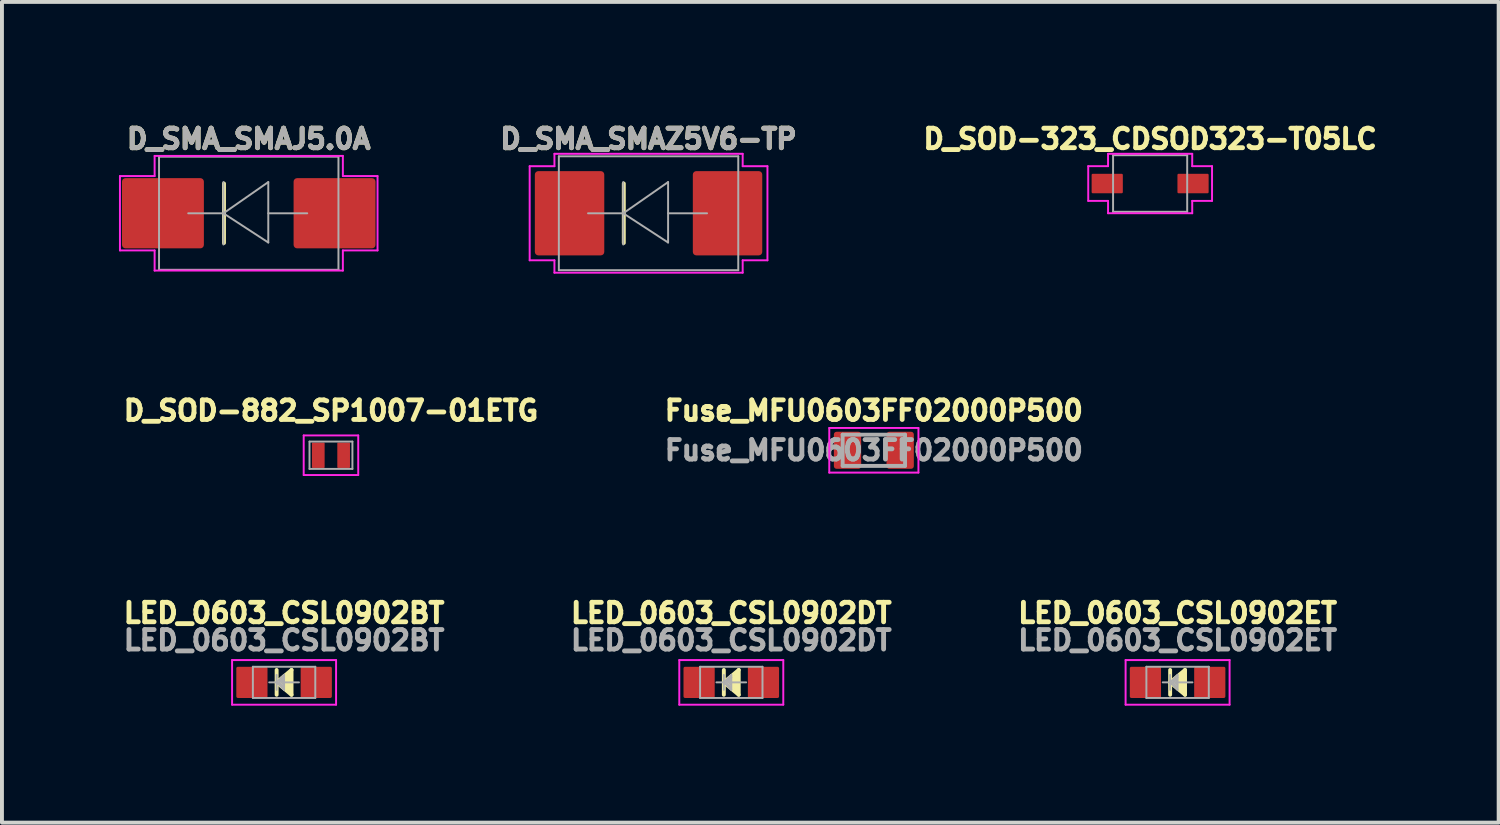
<source format=kicad_pcb>
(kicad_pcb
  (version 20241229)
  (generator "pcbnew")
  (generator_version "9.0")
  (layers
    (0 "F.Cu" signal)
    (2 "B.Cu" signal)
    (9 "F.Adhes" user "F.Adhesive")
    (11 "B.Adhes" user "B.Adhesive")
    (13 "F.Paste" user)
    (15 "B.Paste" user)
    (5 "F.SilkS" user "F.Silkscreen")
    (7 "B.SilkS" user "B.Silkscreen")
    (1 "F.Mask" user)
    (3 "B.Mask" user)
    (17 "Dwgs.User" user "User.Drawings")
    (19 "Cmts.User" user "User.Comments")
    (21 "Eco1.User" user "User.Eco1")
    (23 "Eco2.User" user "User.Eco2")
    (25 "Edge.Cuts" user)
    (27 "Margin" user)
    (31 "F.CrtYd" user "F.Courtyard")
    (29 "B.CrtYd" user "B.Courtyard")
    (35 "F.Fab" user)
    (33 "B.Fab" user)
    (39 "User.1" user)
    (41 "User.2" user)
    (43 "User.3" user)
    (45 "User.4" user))
  (footprint "LED_0603_CSL0902ET"
    (layer "F.Cu")
    (at 27.14 14.444)
    (property "Reference" "LED_0603_CSL0902ET" (at 0 -1.778 0) (layer "F.SilkS") (effects (font (size 0.5 0.5) (thickness 0.125) (bold yes))))
    (attr smd)
    (fp_line (start -0.191 -0.318) (end -0.191 0.318) (stroke (width 0.1) (type default)) (layer "F.SilkS"))
    (fp_line (start -0.191 0) (end 0.191 -0.318) (stroke (width 0.1) (type default)) (layer "F.SilkS"))
    (fp_line (start -0.064 -0.064) (end -0.064 0.064) (stroke (width 0.1) (type default)) (layer "F.SilkS"))
    (fp_line (start 0 -0.095) (end 0 0.095) (stroke (width 0.1) (type default)) (layer "F.SilkS"))
    (fp_line (start 0.064 -0.127) (end 0.064 0.127) (stroke (width 0.1) (type default)) (layer "F.SilkS"))
    (fp_line (start 0.127 -0.191) (end 0.127 0.191) (stroke (width 0.1) (type default)) (layer "F.SilkS"))
    (fp_line (start 0.191 -0.318) (end 0.191 0.318) (stroke (width 0.1) (type default)) (layer "F.SilkS"))
    (fp_line (start 0.191 0.318) (end -0.191 0) (stroke (width 0.1) (type default)) (layer "F.SilkS"))
    (fp_line (start -1.333 -0.572) (end 1.333 -0.572) (stroke (width 0.05) (type solid)) (layer "F.CrtYd"))
    (fp_line (start -1.333 0.572) (end -1.333 -0.572) (stroke (width 0.05) (type solid)) (layer "F.CrtYd"))
    (fp_line (start 1.333 -0.572) (end 1.333 0.572) (stroke (width 0.05) (type solid)) (layer "F.CrtYd"))
    (fp_line (start 1.333 0.572) (end -1.333 0.572) (stroke (width 0.05) (type solid)) (layer "F.CrtYd"))
    (fp_line (start -0.8 -0.4) (end -0.8 0.4) (stroke (width 0.05) (type solid)) (layer "F.Fab"))
    (fp_line (start -0.8 0.4) (end 0.8 0.4) (stroke (width 0.05) (type solid)) (layer "F.Fab"))
    (fp_line (start -0.381 0) (end -0.191 0) (stroke (width 0.05) (type solid)) (layer "F.Fab"))
    (fp_line (start -0.191 -0.191) (end -0.191 0.191) (stroke (width 0.05) (type solid)) (layer "F.Fab"))
    (fp_line (start -0.191 0) (end 0 0.191) (stroke (width 0.05) (type solid)) (layer "F.Fab"))
    (fp_line (start -0.127 0) (end -0.016 0.127) (stroke (width 0.05) (type solid)) (layer "F.Fab"))
    (fp_line (start -0.119 -0.064) (end -0.008 0.064) (stroke (width 0.05) (type solid)) (layer "F.Fab"))
    (fp_line (start -0.064 -0.127) (end -0.008 0) (stroke (width 0.05) (type solid)) (layer "F.Fab"))
    (fp_line (start -0.064 -0.064) (end -0.008 0) (stroke (width 0.05) (type solid)) (layer "F.Fab"))
    (fp_line (start 0 -0.191) (end -0.191 0) (stroke (width 0.05) (type solid)) (layer "F.Fab"))
    (fp_line (start 0 -0.191) (end 0 0.191) (stroke (width 0.05) (type solid)) (layer "F.Fab"))
    (fp_line (start 0 -0.127) (end -0.159 0.032) (stroke (width 0.05) (type solid)) (layer "F.Fab"))
    (fp_line (start 0 0) (end 0.381 0) (stroke (width 0.05) (type solid)) (layer "F.Fab"))
    (fp_line (start 0.8 -0.4) (end -0.8 -0.4) (stroke (width 0.05) (type solid)) (layer "F.Fab"))
    (fp_line (start 0.8 0.4) (end 0.8 -0.4) (stroke (width 0.05) (type solid)) (layer "F.Fab"))
    (fp_text user "${REFERENCE}" (at 0 -1.079 0) (layer "F.Fab") (effects (font (size 0.5 0.5) (thickness 0.125) (bold yes))))
    (pad "1" smd roundrect (at -0.825 0) (size 0.8 0.8) (layers "F.Cu" "F.Mask" "F.Paste") (roundrect_rratio 0.05))
    (pad "2" smd roundrect (at 0.825 0) (size 0.8 0.8) (layers "F.Cu" "F.Mask" "F.Paste") (roundrect_rratio 0.05)))
  (footprint "D_SMA_SMAZ5V6-TP"
    (layer "F.Cu")
    (at 13.577 2.417)
    (property "Reference" "D_SMA_SMAZ5V6-TP" (at 0 -1.905 0) (layer "F.SilkS") (effects (font (size 0.5 0.5) (thickness 0.125))))
    (attr smd)
    (fp_line (start -0.635 -0.762) (end -0.635 0.762) (stroke (width 0.1) (type default)) (layer "F.SilkS"))
    (fp_line (start -3.048 1.206) (end -3.048 -1.206) (stroke (width 0.05) (type solid)) (layer "F.CrtYd"))
    (fp_line (start -2.413 -1.524) (end 2.413 -1.524) (stroke (width 0.05) (type solid)) (layer "F.CrtYd"))
    (fp_line (start -2.413 -1.206) (end -3.048 -1.206) (stroke (width 0.05) (type solid)) (layer "F.CrtYd"))
    (fp_line (start -2.413 -1.206) (end -2.413 -1.524) (stroke (width 0.05) (type solid)) (layer "F.CrtYd"))
    (fp_line (start -2.413 1.206) (end -3.048 1.206) (stroke (width 0.05) (type solid)) (layer "F.CrtYd"))
    (fp_line (start -2.413 1.524) (end -2.413 1.206) (stroke (width 0.05) (type solid)) (layer "F.CrtYd"))
    (fp_line (start 2.413 -1.524) (end 2.413 -1.206) (stroke (width 0.05) (type solid)) (layer "F.CrtYd"))
    (fp_line (start 2.413 -1.206) (end 3.048 -1.206) (stroke (width 0.05) (type solid)) (layer "F.CrtYd"))
    (fp_line (start 2.413 1.206) (end 2.413 1.524) (stroke (width 0.05) (type solid)) (layer "F.CrtYd"))
    (fp_line (start 2.413 1.206) (end 3.048 1.206) (stroke (width 0.05) (type solid)) (layer "F.CrtYd"))
    (fp_line (start 2.413 1.524) (end -2.413 1.524) (stroke (width 0.05) (type solid)) (layer "F.CrtYd"))
    (fp_line (start 3.048 -1.206) (end 3.048 1.206) (stroke (width 0.05) (type solid)) (layer "F.CrtYd"))
    (fp_line (start -2.3 1.46) (end -2.3 -1.46) (stroke (width 0.05) (type solid)) (layer "F.Fab"))
    (fp_line (start -0.649 -0.799) (end -0.649 0.801) (stroke (width 0.05) (type solid)) (layer "F.Fab"))
    (fp_line (start -0.649 0.001) (end -1.551 0.001) (stroke (width 0.05) (type solid)) (layer "F.Fab"))
    (fp_line (start -0.649 0.001) (end 0.501 -0.799) (stroke (width 0.05) (type solid)) (layer "F.Fab"))
    (fp_line (start -0.649 0.001) (end 0.501 0.75) (stroke (width 0.05) (type solid)) (layer "F.Fab"))
    (fp_line (start 0.501 0.001) (end 1.499 0.001) (stroke (width 0.05) (type solid)) (layer "F.Fab"))
    (fp_line (start 0.501 0.75) (end 0.501 -0.799) (stroke (width 0.05) (type solid)) (layer "F.Fab"))
    (fp_line (start 2.3 -1.46) (end -2.3 -1.46) (stroke (width 0.05) (type solid)) (layer "F.Fab"))
    (fp_line (start 2.3 -1.46) (end 2.3 1.46) (stroke (width 0.05) (type solid)) (layer "F.Fab"))
    (fp_line (start 2.3 1.46) (end -2.3 1.46) (stroke (width 0.05) (type solid)) (layer "F.Fab"))
    (fp_text user "${REFERENCE}" (at 0 -1.905 0) (layer "F.Fab") (effects (font (size 0.5 0.5) (thickness 0.125))))
    (pad "1" smd roundrect (at -2.025 0) (size 1.78 2.16) (layers "F.Cu" "F.Mask" "F.Paste") (roundrect_rratio 0.05))
    (pad "2" smd roundrect (at 2.025 0) (size 1.78 2.16) (layers "F.Cu" "F.Mask" "F.Paste") (roundrect_rratio 0.05)))
  (footprint "Fuse_MFU0603FF02000P500"
    (layer "F.Cu")
    (at 19.353 8.494)
    (property "Reference" "Fuse_MFU0603FF02000P500" (at 0 -1.016 0) (layer "F.SilkS") (effects (font (size 0.5 0.5) (thickness 0.125) (bold yes))))
    (attr smd)
    (fp_line (start -1.143 -0.572) (end 1.143 -0.572) (stroke (width 0.05) (type solid)) (layer "F.CrtYd"))
    (fp_line (start -1.143 0.572) (end -1.143 -0.572) (stroke (width 0.05) (type solid)) (layer "F.CrtYd"))
    (fp_line (start 1.143 -0.572) (end 1.143 0.572) (stroke (width 0.05) (type solid)) (layer "F.CrtYd"))
    (fp_line (start 1.143 0.572) (end -1.143 0.572) (stroke (width 0.05) (type solid)) (layer "F.CrtYd"))
    (fp_line (start -0.8 -0.4) (end 0.8 -0.4) (stroke (width 0.1) (type solid)) (layer "F.Fab"))
    (fp_line (start -0.8 0.4) (end -0.8 -0.4) (stroke (width 0.1) (type solid)) (layer "F.Fab"))
    (fp_line (start 0.8 -0.4) (end 0.8 0.4) (stroke (width 0.1) (type solid)) (layer "F.Fab"))
    (fp_line (start 0.8 0.4) (end -0.8 0.4) (stroke (width 0.1) (type solid)) (layer "F.Fab"))
    (fp_text user "${REFERENCE}" (at 0 0 0) (layer "F.Fab") (effects (font (size 0.5 0.5) (thickness 0.125) (bold yes))))
    (pad "1" smd roundrect (at -0.675 0) (size 0.7 0.95) (layers "F.Cu" "F.Mask" "F.Paste") (roundrect_rratio 0.1))
    (pad "2" smd roundrect (at 0.675 0) (size 0.7 0.95) (layers "F.Cu" "F.Mask" "F.Paste") (roundrect_rratio 0.1)))
  (footprint "LED_0603_CSL0902BT"
    (layer "F.Cu")
    (at 4.233 14.444)
    (property "Reference" "LED_0603_CSL0902BT" (at 0 -1.778 0) (layer "F.SilkS") (effects (font (size 0.5 0.5) (thickness 0.125) (bold yes))))
    (attr smd)
    (fp_line (start -0.191 -0.318) (end -0.191 0.318) (stroke (width 0.1) (type default)) (layer "F.SilkS"))
    (fp_line (start -0.191 0) (end 0.191 -0.318) (stroke (width 0.1) (type default)) (layer "F.SilkS"))
    (fp_line (start -0.064 -0.064) (end -0.064 0.064) (stroke (width 0.1) (type default)) (layer "F.SilkS"))
    (fp_line (start 0 -0.127) (end 0 0.064) (stroke (width 0.1) (type default)) (layer "F.SilkS"))
    (fp_line (start 0.064 -0.127) (end 0.064 0.127) (stroke (width 0.1) (type default)) (layer "F.SilkS"))
    (fp_line (start 0.127 -0.191) (end 0.127 0.191) (stroke (width 0.1) (type default)) (layer "F.SilkS"))
    (fp_line (start 0.191 -0.318) (end 0.191 0.318) (stroke (width 0.1) (type default)) (layer "F.SilkS"))
    (fp_line (start 0.191 0.318) (end -0.191 0) (stroke (width 0.1) (type default)) (layer "F.SilkS"))
    (fp_line (start -1.333 -0.572) (end 1.333 -0.572) (stroke (width 0.05) (type solid)) (layer "F.CrtYd"))
    (fp_line (start -1.333 0.572) (end -1.333 -0.572) (stroke (width 0.05) (type solid)) (layer "F.CrtYd"))
    (fp_line (start 1.333 -0.572) (end 1.333 0.572) (stroke (width 0.05) (type solid)) (layer "F.CrtYd"))
    (fp_line (start 1.333 0.572) (end -1.333 0.572) (stroke (width 0.05) (type solid)) (layer "F.CrtYd"))
    (fp_line (start -0.8 -0.4) (end -0.8 0.4) (stroke (width 0.05) (type solid)) (layer "F.Fab"))
    (fp_line (start -0.8 0.4) (end 0.8 0.4) (stroke (width 0.05) (type solid)) (layer "F.Fab"))
    (fp_line (start -0.381 0) (end -0.191 0) (stroke (width 0.05) (type solid)) (layer "F.Fab"))
    (fp_line (start -0.191 -0.191) (end -0.191 0.191) (stroke (width 0.05) (type solid)) (layer "F.Fab"))
    (fp_line (start -0.191 0) (end 0 0.191) (stroke (width 0.05) (type solid)) (layer "F.Fab"))
    (fp_line (start -0.127 0) (end -0.016 0.127) (stroke (width 0.05) (type solid)) (layer "F.Fab"))
    (fp_line (start -0.119 -0.064) (end -0.008 0.064) (stroke (width 0.05) (type solid)) (layer "F.Fab"))
    (fp_line (start -0.064 -0.127) (end -0.008 0) (stroke (width 0.05) (type solid)) (layer "F.Fab"))
    (fp_line (start -0.064 -0.064) (end -0.008 0) (stroke (width 0.05) (type solid)) (layer "F.Fab"))
    (fp_line (start 0 -0.191) (end -0.191 0) (stroke (width 0.05) (type solid)) (layer "F.Fab"))
    (fp_line (start 0 -0.191) (end 0 0.191) (stroke (width 0.05) (type solid)) (layer "F.Fab"))
    (fp_line (start 0 -0.127) (end -0.159 0.032) (stroke (width 0.05) (type solid)) (layer "F.Fab"))
    (fp_line (start 0 0) (end 0.381 0) (stroke (width 0.05) (type solid)) (layer "F.Fab"))
    (fp_line (start 0.8 -0.4) (end -0.8 -0.4) (stroke (width 0.05) (type solid)) (layer "F.Fab"))
    (fp_line (start 0.8 0.4) (end 0.8 -0.4) (stroke (width 0.05) (type solid)) (layer "F.Fab"))
    (fp_text user "${REFERENCE}" (at 0 -1.079 0) (layer "F.Fab") (effects (font (size 0.5 0.5) (thickness 0.125) (bold yes))))
    (pad "1" smd roundrect (at -0.825 0) (size 0.8 0.8) (layers "F.Cu" "F.Mask" "F.Paste") (roundrect_rratio 0.05))
    (pad "2" smd roundrect (at 0.825 0) (size 0.8 0.8) (layers "F.Cu" "F.Mask" "F.Paste") (roundrect_rratio 0.05)))
  (footprint "D_SOD-323_CDSOD323-T05LC"
    (layer "F.Cu")
    (at 26.436 1.655)
    (property "Reference" "D_SOD-323_CDSOD323-T05LC" (at 0 -1.143 0) (layer "F.SilkS") (effects (font (size 0.5 0.5) (thickness 0.125))))
    (attr smd)
    (fp_line (start -1.587 0.445) (end -1.587 -0.445) (stroke (width 0.05) (type solid)) (layer "F.CrtYd"))
    (fp_line (start -1.079 -0.762) (end 1.079 -0.762) (stroke (width 0.05) (type solid)) (layer "F.CrtYd"))
    (fp_line (start -1.079 -0.445) (end -1.587 -0.445) (stroke (width 0.05) (type solid)) (layer "F.CrtYd"))
    (fp_line (start -1.079 -0.445) (end -1.079 -0.762) (stroke (width 0.05) (type solid)) (layer "F.CrtYd"))
    (fp_line (start -1.079 0.445) (end -1.587 0.445) (stroke (width 0.05) (type solid)) (layer "F.CrtYd"))
    (fp_line (start -1.079 0.762) (end -1.079 0.445) (stroke (width 0.05) (type solid)) (layer "F.CrtYd"))
    (fp_line (start 1.079 -0.762) (end 1.079 -0.445) (stroke (width 0.05) (type solid)) (layer "F.CrtYd"))
    (fp_line (start 1.079 -0.445) (end 1.587 -0.445) (stroke (width 0.05) (type solid)) (layer "F.CrtYd"))
    (fp_line (start 1.079 0.445) (end 1.079 0.762) (stroke (width 0.05) (type solid)) (layer "F.CrtYd"))
    (fp_line (start 1.079 0.445) (end 1.587 0.445) (stroke (width 0.05) (type solid)) (layer "F.CrtYd"))
    (fp_line (start 1.079 0.762) (end -1.079 0.762) (stroke (width 0.05) (type solid)) (layer "F.CrtYd"))
    (fp_line (start 1.587 -0.445) (end 1.587 0.445) (stroke (width 0.05) (type solid)) (layer "F.CrtYd"))
    (fp_line (start -0.95 -0.725) (end 0.95 -0.725) (stroke (width 0.05) (type solid)) (layer "F.Fab"))
    (fp_line (start -0.95 0.725) (end -0.95 -0.725) (stroke (width 0.05) (type solid)) (layer "F.Fab"))
    (fp_line (start 0.95 -0.725) (end 0.95 0.725) (stroke (width 0.05) (type solid)) (layer "F.Fab"))
    (fp_line (start 0.95 0.725) (end -0.95 0.725) (stroke (width 0.05) (type solid)) (layer "F.Fab"))
    (pad "1" smd roundrect (at -1.1 0) (size 0.8 0.5) (layers "F.Cu" "F.Mask" "F.Paste") (roundrect_rratio 0.06))
    (pad "2" smd roundrect (at 1.1 0) (size 0.8 0.5) (layers "F.Cu" "F.Mask" "F.Paste") (roundrect_rratio 0.06)))
  (footprint "LED_0603_CSL0902DT"
    (layer "F.Cu")
    (at 15.698 14.444)
    (property "Reference" "LED_0603_CSL0902DT" (at 0 -1.778 0) (layer "F.SilkS") (effects (font (size 0.5 0.5) (thickness 0.125) (bold yes))))
    (attr smd)
    (fp_line (start -0.191 -0.318) (end -0.191 0.318) (stroke (width 0.1) (type default)) (layer "F.SilkS"))
    (fp_line (start -0.191 0) (end 0.191 -0.318) (stroke (width 0.1) (type default)) (layer "F.SilkS"))
    (fp_line (start -0.064 -0.064) (end -0.064 0.064) (stroke (width 0.1) (type default)) (layer "F.SilkS"))
    (fp_line (start 0 -0.095) (end 0 0.095) (stroke (width 0.1) (type default)) (layer "F.SilkS"))
    (fp_line (start 0.064 -0.127) (end 0.064 0.127) (stroke (width 0.1) (type default)) (layer "F.SilkS"))
    (fp_line (start 0.127 -0.191) (end 0.127 0.191) (stroke (width 0.1) (type default)) (layer "F.SilkS"))
    (fp_line (start 0.191 -0.318) (end 0.191 0.318) (stroke (width 0.1) (type default)) (layer "F.SilkS"))
    (fp_line (start 0.191 0.318) (end -0.191 0) (stroke (width 0.1) (type default)) (layer "F.SilkS"))
    (fp_line (start -1.333 -0.572) (end 1.333 -0.572) (stroke (width 0.05) (type solid)) (layer "F.CrtYd"))
    (fp_line (start -1.333 0.572) (end -1.333 -0.572) (stroke (width 0.05) (type solid)) (layer "F.CrtYd"))
    (fp_line (start 1.333 -0.572) (end 1.333 0.572) (stroke (width 0.05) (type solid)) (layer "F.CrtYd"))
    (fp_line (start 1.333 0.572) (end -1.333 0.572) (stroke (width 0.05) (type solid)) (layer "F.CrtYd"))
    (fp_line (start -0.8 -0.4) (end -0.8 0.4) (stroke (width 0.05) (type solid)) (layer "F.Fab"))
    (fp_line (start -0.8 0.4) (end 0.8 0.4) (stroke (width 0.05) (type solid)) (layer "F.Fab"))
    (fp_line (start -0.381 0) (end -0.191 0) (stroke (width 0.05) (type solid)) (layer "F.Fab"))
    (fp_line (start -0.191 -0.191) (end -0.191 0.191) (stroke (width 0.05) (type solid)) (layer "F.Fab"))
    (fp_line (start -0.191 0) (end 0 0.191) (stroke (width 0.05) (type solid)) (layer "F.Fab"))
    (fp_line (start -0.127 0) (end -0.016 0.127) (stroke (width 0.05) (type solid)) (layer "F.Fab"))
    (fp_line (start -0.119 -0.064) (end -0.008 0.064) (stroke (width 0.05) (type solid)) (layer "F.Fab"))
    (fp_line (start -0.064 -0.127) (end -0.008 0) (stroke (width 0.05) (type solid)) (layer "F.Fab"))
    (fp_line (start -0.064 -0.064) (end -0.008 0) (stroke (width 0.05) (type solid)) (layer "F.Fab"))
    (fp_line (start 0 -0.191) (end -0.191 0) (stroke (width 0.05) (type solid)) (layer "F.Fab"))
    (fp_line (start 0 -0.191) (end 0 0.191) (stroke (width 0.05) (type solid)) (layer "F.Fab"))
    (fp_line (start 0 -0.127) (end -0.159 0.032) (stroke (width 0.05) (type solid)) (layer "F.Fab"))
    (fp_line (start 0 0) (end 0.381 0) (stroke (width 0.05) (type solid)) (layer "F.Fab"))
    (fp_line (start 0.8 -0.4) (end -0.8 -0.4) (stroke (width 0.05) (type solid)) (layer "F.Fab"))
    (fp_line (start 0.8 0.4) (end 0.8 -0.4) (stroke (width 0.05) (type solid)) (layer "F.Fab"))
    (fp_text user "${REFERENCE}" (at 0 -1.079 0) (layer "F.Fab") (effects (font (size 0.5 0.5) (thickness 0.125) (bold yes))))
    (pad "1" smd roundrect (at -0.825 0) (size 0.8 0.8) (layers "F.Cu" "F.Mask" "F.Paste") (roundrect_rratio 0.05))
    (pad "2" smd roundrect (at 0.825 0) (size 0.8 0.8) (layers "F.Cu" "F.Mask" "F.Paste") (roundrect_rratio 0.05)))
  (footprint "D_SMA_SMAJ5.0A"
    (layer "F.Cu")
    (at 3.327 2.417)
    (property "Reference" "D_SMA_SMAJ5.0A" (at 0 -1.905 0) (layer "F.SilkS") (effects (font (size 0.5 0.5) (thickness 0.125))))
    (attr smd)
    (fp_line (start -0.635 -0.762) (end -0.635 0.762) (stroke (width 0.1) (type default)) (layer "F.SilkS"))
    (fp_line (start -3.302 0.953) (end -3.302 -0.953) (stroke (width 0.05) (type solid)) (layer "F.CrtYd"))
    (fp_line (start -2.413 -1.47) (end 2.413 -1.47) (stroke (width 0.05) (type solid)) (layer "F.CrtYd"))
    (fp_line (start -2.413 -0.953) (end -3.302 -0.953) (stroke (width 0.05) (type solid)) (layer "F.CrtYd"))
    (fp_line (start -2.413 -0.953) (end -2.413 -1.47) (stroke (width 0.05) (type solid)) (layer "F.CrtYd"))
    (fp_line (start -2.413 0.953) (end -3.302 0.953) (stroke (width 0.05) (type solid)) (layer "F.CrtYd"))
    (fp_line (start -2.413 1.47) (end -2.413 0.953) (stroke (width 0.05) (type solid)) (layer "F.CrtYd"))
    (fp_line (start 2.413 -1.47) (end 2.413 -0.953) (stroke (width 0.05) (type solid)) (layer "F.CrtYd"))
    (fp_line (start 2.413 -0.953) (end 3.302 -0.953) (stroke (width 0.05) (type solid)) (layer "F.CrtYd"))
    (fp_line (start 2.413 0.953) (end 2.413 1.47) (stroke (width 0.05) (type solid)) (layer "F.CrtYd"))
    (fp_line (start 2.413 0.953) (end 3.302 0.953) (stroke (width 0.05) (type solid)) (layer "F.CrtYd"))
    (fp_line (start 2.413 1.47) (end -2.413 1.47) (stroke (width 0.05) (type solid)) (layer "F.CrtYd"))
    (fp_line (start 3.302 -0.953) (end 3.302 0.953) (stroke (width 0.05) (type solid)) (layer "F.CrtYd"))
    (fp_line (start -2.3 1.45) (end -2.3 -1.45) (stroke (width 0.05) (type solid)) (layer "F.Fab"))
    (fp_line (start -0.649 -0.799) (end -0.649 0.801) (stroke (width 0.05) (type solid)) (layer "F.Fab"))
    (fp_line (start -0.649 0.001) (end -1.551 0.001) (stroke (width 0.05) (type solid)) (layer "F.Fab"))
    (fp_line (start -0.649 0.001) (end 0.501 -0.799) (stroke (width 0.05) (type solid)) (layer "F.Fab"))
    (fp_line (start -0.649 0.001) (end 0.501 0.75) (stroke (width 0.05) (type solid)) (layer "F.Fab"))
    (fp_line (start 0.501 0.001) (end 1.499 0.001) (stroke (width 0.05) (type solid)) (layer "F.Fab"))
    (fp_line (start 0.501 0.75) (end 0.501 -0.799) (stroke (width 0.05) (type solid)) (layer "F.Fab"))
    (fp_line (start 2.3 -1.45) (end -2.3 -1.45) (stroke (width 0.05) (type solid)) (layer "F.Fab"))
    (fp_line (start 2.3 -1.45) (end 2.3 1.45) (stroke (width 0.05) (type solid)) (layer "F.Fab"))
    (fp_line (start 2.3 1.45) (end -2.3 1.45) (stroke (width 0.05) (type solid)) (layer "F.Fab"))
    (fp_text user "${REFERENCE}" (at 0 -1.905 0) (layer "F.Fab") (effects (font (size 0.5 0.5) (thickness 0.125))))
    (pad "1" smd roundrect (at -2.2 0) (size 2.1 1.8) (layers "F.Cu" "F.Mask" "F.Paste") (roundrect_rratio 0.05))
    (pad "2" smd roundrect (at 2.2 0) (size 2.1 1.8) (layers "F.Cu" "F.Mask" "F.Paste") (roundrect_rratio 0.05)))
  (footprint "D_SOD-882_SP1007-01ETG"
    (layer "F.Cu")
    (at 5.435 8.621)
    (property "Reference" "D_SOD-882_SP1007-01ETG" (at 0 -1.143 0) (layer "F.SilkS") (effects (font (size 0.5 0.5) (thickness 0.125))))
    (attr smd)
    (fp_line (start -0.699 -0.508) (end 0.699 -0.508) (stroke (width 0.05) (type solid)) (layer "F.CrtYd"))
    (fp_line (start -0.699 0.508) (end -0.699 -0.508) (stroke (width 0.05) (type solid)) (layer "F.CrtYd"))
    (fp_line (start 0.699 -0.508) (end 0.699 0.508) (stroke (width 0.05) (type solid)) (layer "F.CrtYd"))
    (fp_line (start 0.699 0.508) (end -0.699 0.508) (stroke (width 0.05) (type solid)) (layer "F.CrtYd"))
    (fp_line (start -0.55 -0.35) (end 0.55 -0.35) (stroke (width 0.05) (type solid)) (layer "F.Fab"))
    (fp_line (start -0.55 0.35) (end -0.55 -0.35) (stroke (width 0.05) (type solid)) (layer "F.Fab"))
    (fp_line (start 0.55 -0.35) (end 0.55 0.35) (stroke (width 0.05) (type solid)) (layer "F.Fab"))
    (fp_line (start 0.55 0.35) (end -0.55 0.35) (stroke (width 0.05) (type solid)) (layer "F.Fab"))
    (pad "1" smd roundrect (at -0.325 0) (size 0.325 0.65) (layers "F.Cu" "F.Mask" "F.Paste") (roundrect_rratio 0.06))
    (pad "2" smd roundrect (at 0.325 0) (size 0.325 0.65) (layers "F.Cu" "F.Mask" "F.Paste") (roundrect_rratio 0.06)))
  (gr_rect
    (start -3 -3)
    (end 35.371 18.04)
    (stroke (width 0.1) (type default))
    (fill no)
    (layer "Edge.Cuts")))
</source>
